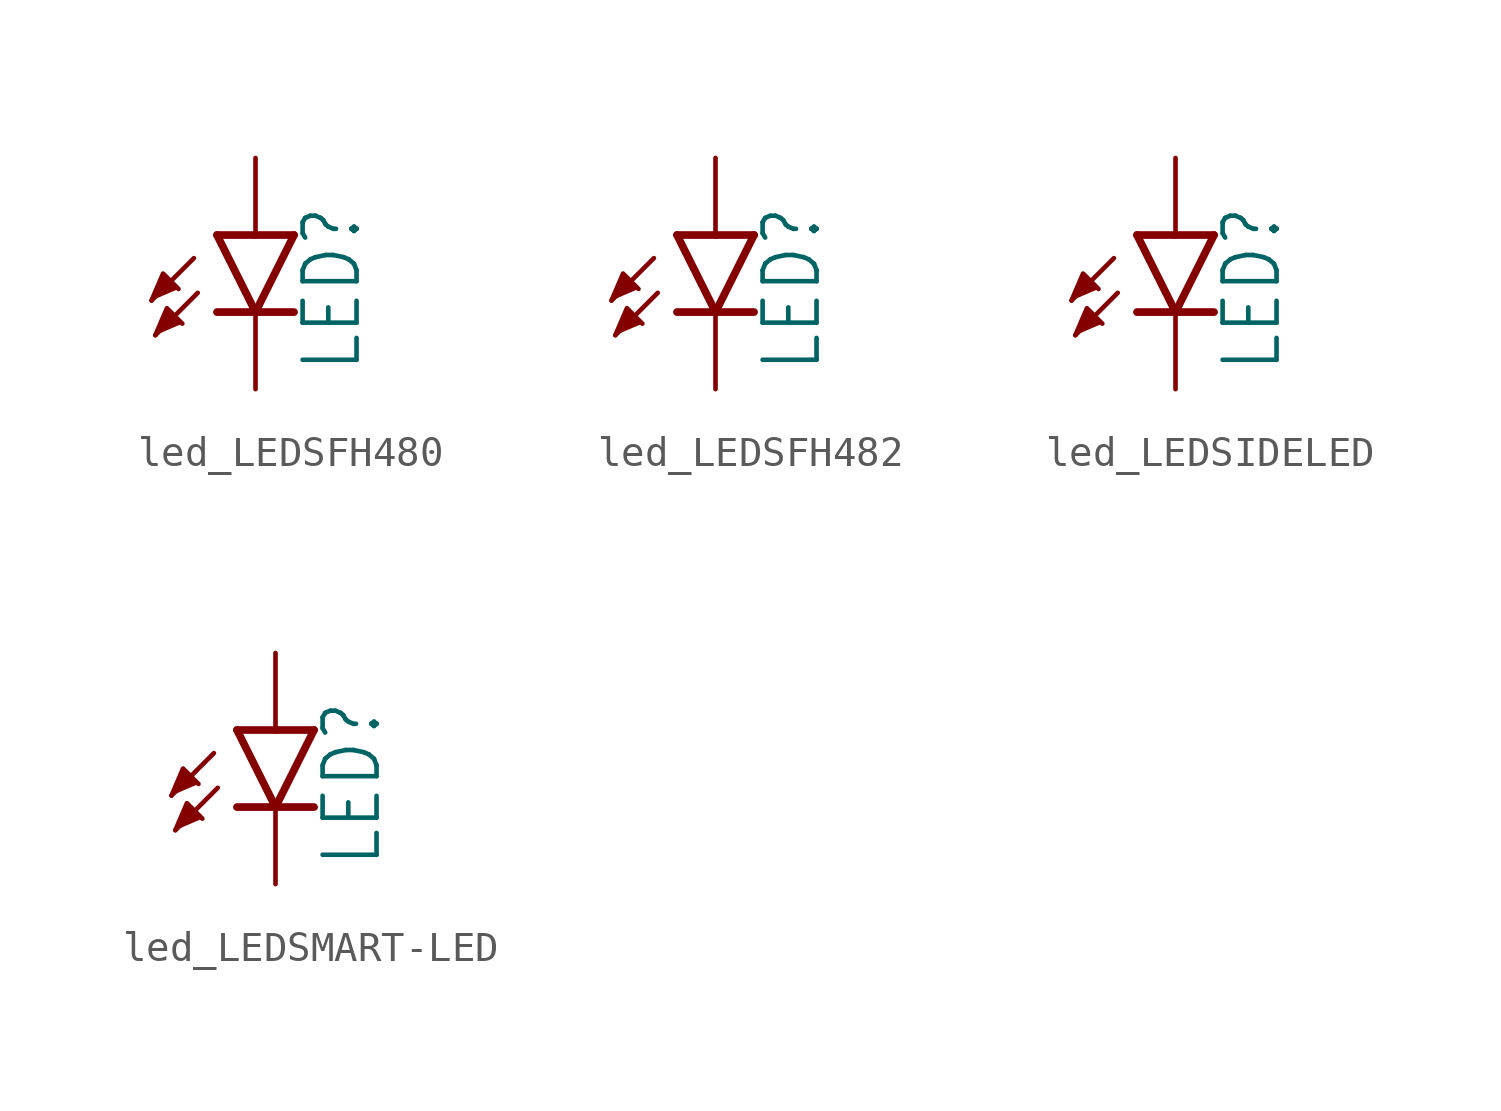
<source format=kicad_sym>
(kicad_symbol_lib
  (version 20231120)
  (generator "kicad_symbol_editor")
  (generator_version "8.0")
  (symbol "led_LEDSFH480"
    (property "Reference" "LED"
      (at 3.556 -4.572 90)
      (effects (font (size 1.778 1.511)) (justify left bottom)))
    (property "Value" ""
      (at 5.715 -4.572 90)
      (effects (font (size 1.778 1.511)) (justify left bottom)))
    (property "ki_locked" ""
      (at 0 0 0)
      (effects (font (size 1.27 1.27))))
    (symbol "led_LEDSFH480_1_0"
      (polyline (pts (xy -2.032 -0.762) (xy -3.429 -2.159)) (stroke (width 0.152) (type solid)) (fill (type none)))
      (polyline (pts (xy -1.905 -1.905) (xy -3.302 -3.302)) (stroke (width 0.152) (type solid)) (fill (type none)))
      (polyline (pts (xy 0 -2.54) (xy -1.27 -2.54)) (stroke (width 0.254) (type solid)) (fill (type none)))
      (polyline (pts (xy 0 -2.54) (xy -1.27 0)) (stroke (width 0.254) (type solid)) (fill (type none)))
      (polyline (pts (xy 0 0) (xy -1.27 0)) (stroke (width 0.254) (type solid)) (fill (type none)))
      (polyline (pts (xy 1.27 -2.54) (xy 0 -2.54)) (stroke (width 0.254) (type solid)) (fill (type none)))
      (polyline (pts (xy 1.27 0) (xy 0 -2.54)) (stroke (width 0.254) (type solid)) (fill (type none)))
      (polyline (pts (xy 1.27 0) (xy 0 0)) (stroke (width 0.254) (type solid)) (fill (type none)))
      (polyline (pts (xy -3.429 -2.159) (xy -3.048 -1.27) (xy -2.54 -1.778)) (stroke (width 0.152) (type solid)) (fill (type outline)))
      (polyline (pts (xy -3.302 -3.302) (xy -2.921 -2.413) (xy -2.413 -2.921)) (stroke (width 0.152) (type solid)) (fill (type outline)))
      (pin passive line (at 0 2.54 270) (length 2.54) (name "A" (effects (font (size 0 0)))) (number "A" (effects (font (size 0 0)))))
      (pin passive line (at 0 -5.08 90) (length 2.54) (name "C" (effects (font (size 0 0)))) (number "K" (effects (font (size 0 0)))))))
  (symbol "led_LEDSFH482"
    (property "Reference" "LED"
      (at 3.556 -4.572 90)
      (effects (font (size 1.778 1.511)) (justify left bottom)))
    (property "Value" ""
      (at 5.715 -4.572 90)
      (effects (font (size 1.778 1.511)) (justify left bottom)))
    (property "ki_locked" ""
      (at 0 0 0)
      (effects (font (size 1.27 1.27))))
    (symbol "led_LEDSFH482_1_0"
      (polyline (pts (xy -2.032 -0.762) (xy -3.429 -2.159)) (stroke (width 0.152) (type solid)) (fill (type none)))
      (polyline (pts (xy -1.905 -1.905) (xy -3.302 -3.302)) (stroke (width 0.152) (type solid)) (fill (type none)))
      (polyline (pts (xy 0 -2.54) (xy -1.27 -2.54)) (stroke (width 0.254) (type solid)) (fill (type none)))
      (polyline (pts (xy 0 -2.54) (xy -1.27 0)) (stroke (width 0.254) (type solid)) (fill (type none)))
      (polyline (pts (xy 0 0) (xy -1.27 0)) (stroke (width 0.254) (type solid)) (fill (type none)))
      (polyline (pts (xy 1.27 -2.54) (xy 0 -2.54)) (stroke (width 0.254) (type solid)) (fill (type none)))
      (polyline (pts (xy 1.27 0) (xy 0 -2.54)) (stroke (width 0.254) (type solid)) (fill (type none)))
      (polyline (pts (xy 1.27 0) (xy 0 0)) (stroke (width 0.254) (type solid)) (fill (type none)))
      (polyline (pts (xy -3.429 -2.159) (xy -3.048 -1.27) (xy -2.54 -1.778)) (stroke (width 0.152) (type solid)) (fill (type outline)))
      (polyline (pts (xy -3.302 -3.302) (xy -2.921 -2.413) (xy -2.413 -2.921)) (stroke (width 0.152) (type solid)) (fill (type outline)))
      (pin passive line (at 0 2.54 270) (length 2.54) (name "A" (effects (font (size 0 0)))) (number "A" (effects (font (size 0 0)))))
      (pin passive line (at 0 -5.08 90) (length 2.54) (name "C" (effects (font (size 0 0)))) (number "K" (effects (font (size 0 0)))))))
  (symbol "led_LEDSIDELED"
    (property "Reference" "LED"
      (at 3.556 -4.572 90)
      (effects (font (size 1.778 1.511)) (justify left bottom)))
    (property "Value" ""
      (at 5.715 -4.572 90)
      (effects (font (size 1.778 1.511)) (justify left bottom)))
    (property "ki_locked" ""
      (at 0 0 0)
      (effects (font (size 1.27 1.27))))
    (symbol "led_LEDSIDELED_1_0"
      (polyline (pts (xy -2.032 -0.762) (xy -3.429 -2.159)) (stroke (width 0.152) (type solid)) (fill (type none)))
      (polyline (pts (xy -1.905 -1.905) (xy -3.302 -3.302)) (stroke (width 0.152) (type solid)) (fill (type none)))
      (polyline (pts (xy 0 -2.54) (xy -1.27 -2.54)) (stroke (width 0.254) (type solid)) (fill (type none)))
      (polyline (pts (xy 0 -2.54) (xy -1.27 0)) (stroke (width 0.254) (type solid)) (fill (type none)))
      (polyline (pts (xy 0 0) (xy -1.27 0)) (stroke (width 0.254) (type solid)) (fill (type none)))
      (polyline (pts (xy 1.27 -2.54) (xy 0 -2.54)) (stroke (width 0.254) (type solid)) (fill (type none)))
      (polyline (pts (xy 1.27 0) (xy 0 -2.54)) (stroke (width 0.254) (type solid)) (fill (type none)))
      (polyline (pts (xy 1.27 0) (xy 0 0)) (stroke (width 0.254) (type solid)) (fill (type none)))
      (polyline (pts (xy -3.429 -2.159) (xy -3.048 -1.27) (xy -2.54 -1.778)) (stroke (width 0.152) (type solid)) (fill (type outline)))
      (polyline (pts (xy -3.302 -3.302) (xy -2.921 -2.413) (xy -2.413 -2.921)) (stroke (width 0.152) (type solid)) (fill (type outline)))
      (pin passive line (at 0 2.54 270) (length 2.54) (name "A" (effects (font (size 0 0)))) (number "A" (effects (font (size 0 0)))))
      (pin passive line (at 0 -5.08 90) (length 2.54) (name "C" (effects (font (size 0 0)))) (number "C" (effects (font (size 0 0)))))))
  (symbol "led_LEDSMART-LED"
    (property "Reference" "LED"
      (at 3.556 -4.572 90)
      (effects (font (size 1.778 1.511)) (justify left bottom)))
    (property "Value" ""
      (at 5.715 -4.572 90)
      (effects (font (size 1.778 1.511)) (justify left bottom)))
    (property "ki_locked" ""
      (at 0 0 0)
      (effects (font (size 1.27 1.27))))
    (symbol "led_LEDSMART-LED_1_0"
      (polyline (pts (xy -2.032 -0.762) (xy -3.429 -2.159)) (stroke (width 0.152) (type solid)) (fill (type none)))
      (polyline (pts (xy -1.905 -1.905) (xy -3.302 -3.302)) (stroke (width 0.152) (type solid)) (fill (type none)))
      (polyline (pts (xy 0 -2.54) (xy -1.27 -2.54)) (stroke (width 0.254) (type solid)) (fill (type none)))
      (polyline (pts (xy 0 -2.54) (xy -1.27 0)) (stroke (width 0.254) (type solid)) (fill (type none)))
      (polyline (pts (xy 0 0) (xy -1.27 0)) (stroke (width 0.254) (type solid)) (fill (type none)))
      (polyline (pts (xy 1.27 -2.54) (xy 0 -2.54)) (stroke (width 0.254) (type solid)) (fill (type none)))
      (polyline (pts (xy 1.27 0) (xy 0 -2.54)) (stroke (width 0.254) (type solid)) (fill (type none)))
      (polyline (pts (xy 1.27 0) (xy 0 0)) (stroke (width 0.254) (type solid)) (fill (type none)))
      (polyline (pts (xy -3.429 -2.159) (xy -3.048 -1.27) (xy -2.54 -1.778)) (stroke (width 0.152) (type solid)) (fill (type outline)))
      (polyline (pts (xy -3.302 -3.302) (xy -2.921 -2.413) (xy -2.413 -2.921)) (stroke (width 0.152) (type solid)) (fill (type outline)))
      (pin passive line (at 0 2.54 270) (length 2.54) (name "A" (effects (font (size 0 0)))) (number "A" (effects (font (size 0 0)))))
      (pin passive line (at 0 -5.08 90) (length 2.54) (name "C" (effects (font (size 0 0)))) (number "B" (effects (font (size 0 0))))))))
</source>
